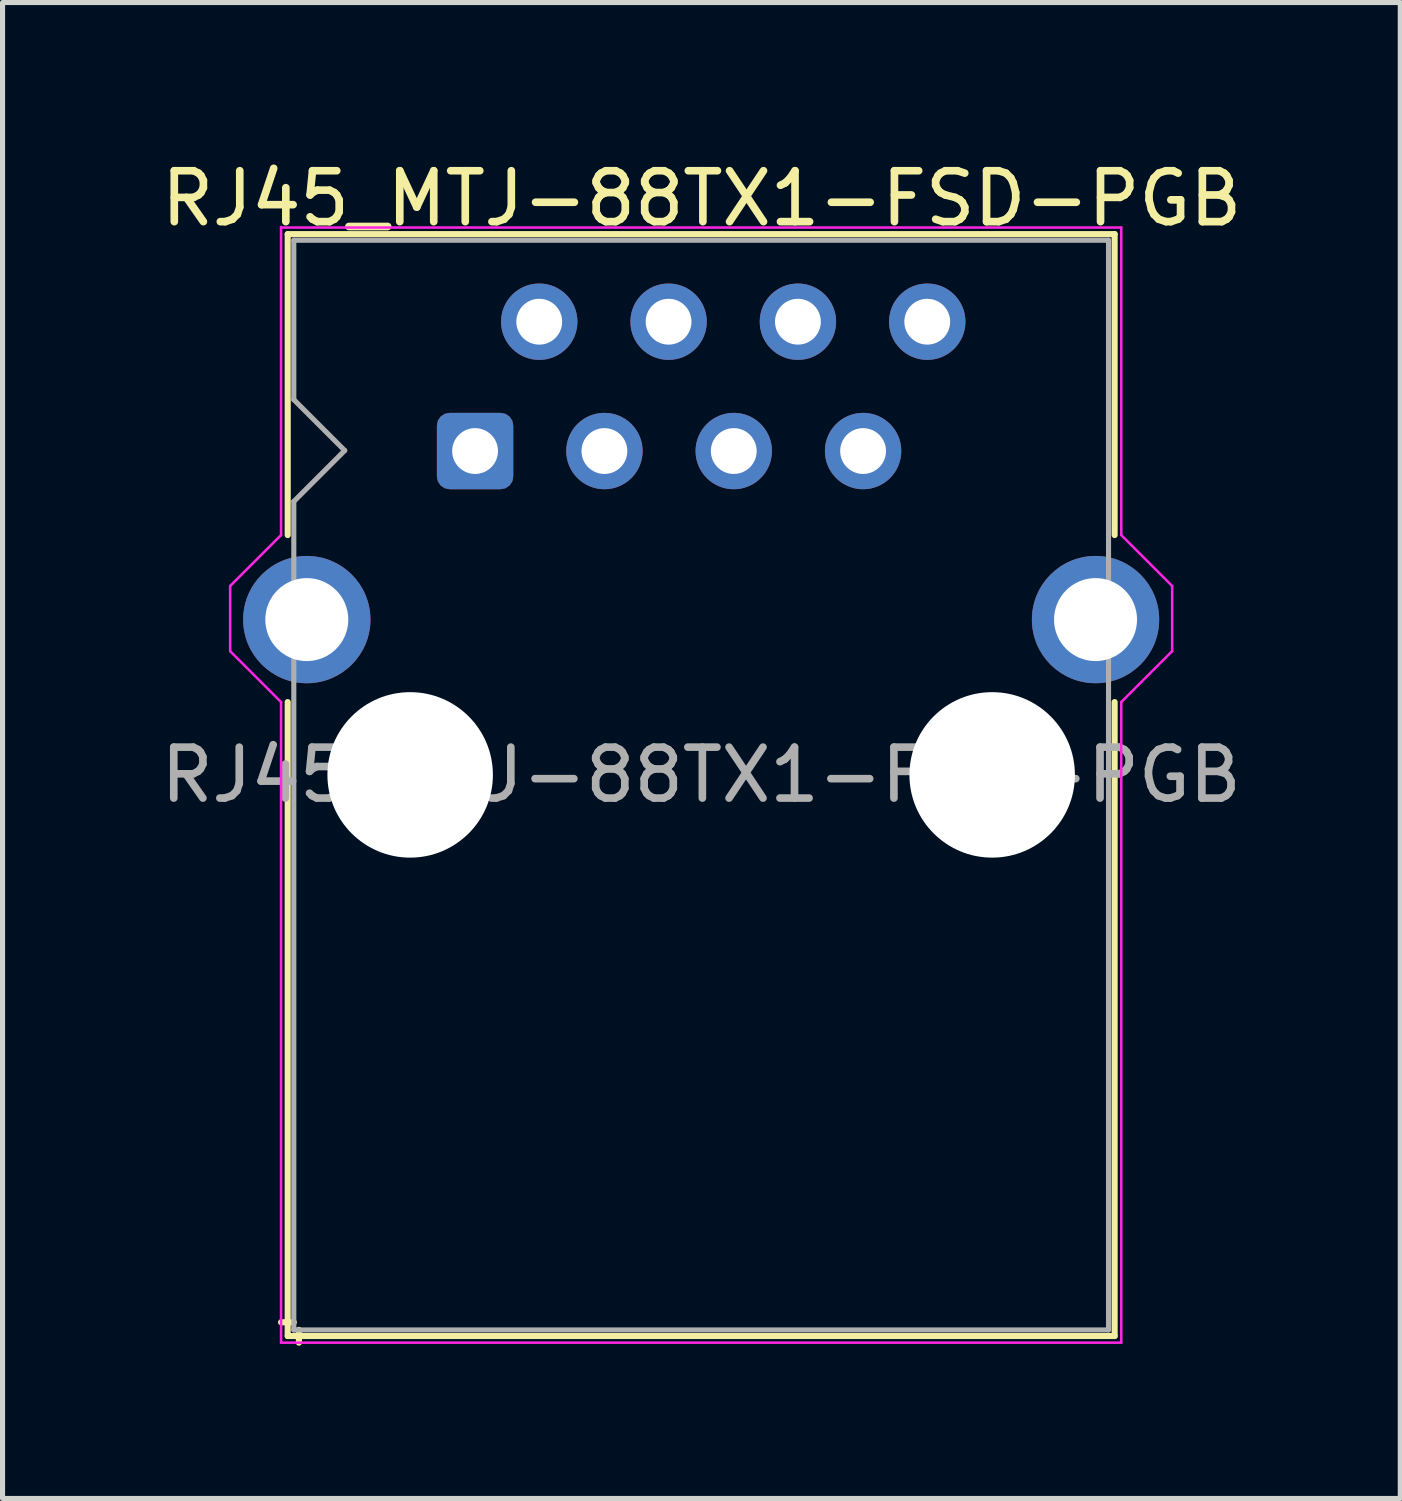
<source format=kicad_pcb>
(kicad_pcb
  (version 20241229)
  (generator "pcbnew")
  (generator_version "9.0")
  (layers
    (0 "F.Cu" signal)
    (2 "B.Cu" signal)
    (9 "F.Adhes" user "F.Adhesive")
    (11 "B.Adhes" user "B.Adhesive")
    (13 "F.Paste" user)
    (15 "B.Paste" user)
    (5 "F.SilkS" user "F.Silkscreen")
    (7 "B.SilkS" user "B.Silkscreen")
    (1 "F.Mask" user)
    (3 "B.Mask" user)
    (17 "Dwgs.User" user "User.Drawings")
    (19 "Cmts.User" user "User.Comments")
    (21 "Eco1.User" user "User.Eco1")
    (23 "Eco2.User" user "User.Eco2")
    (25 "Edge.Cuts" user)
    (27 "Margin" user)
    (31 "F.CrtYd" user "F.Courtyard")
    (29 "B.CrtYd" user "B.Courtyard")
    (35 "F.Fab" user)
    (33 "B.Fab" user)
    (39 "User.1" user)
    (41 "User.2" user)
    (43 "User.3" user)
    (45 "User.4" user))
  (footprint "RJ45_MTJ-88TX1-FSD-PGB"
    (layer "F.Cu")
    (at 6.28 5.808)
    (property "Reference" "RJ45_MTJ-88TX1-FSD-PGB" (at 4.45 -4.96 0) (layer "F.SilkS") (effects (font (size 1 1) (thickness 0.15))))
    (attr through_hole)
    (fp_line (start -3.68 -4.26) (end -3.68 1.65) (stroke (width 0.12) (type solid)) (layer "F.SilkS"))
    (fp_line (start -3.68 -4.26) (end 12.56 -4.26) (stroke (width 0.12) (type solid)) (layer "F.SilkS"))
    (fp_line (start -3.68 4.93) (end -3.68 17.38) (stroke (width 0.12) (type solid)) (layer "F.SilkS"))
    (fp_line (start -3.56 17.11) (end -3.81 17.11) (stroke (width 0.12) (type solid)) (layer "F.SilkS"))
    (fp_line (start -3.46 17.26) (end -3.46 17.51) (stroke (width 0.12) (type solid)) (layer "F.SilkS"))
    (fp_line (start 12.56 -4.26) (end 12.56 1.65) (stroke (width 0.12) (type solid)) (layer "F.SilkS"))
    (fp_line (start 12.56 4.93) (end 12.56 17.38) (stroke (width 0.12) (type solid)) (layer "F.SilkS"))
    (fp_line (start 12.56 17.38) (end -3.68 17.38) (stroke (width 0.12) (type solid)) (layer "F.SilkS"))
    (fp_line (start -4.81 3.93) (end -4.81 2.65) (stroke (width 0.05) (type solid)) (layer "F.CrtYd"))
    (fp_line (start -4.81 3.93) (end -3.81 4.93) (stroke (width 0.05) (type solid)) (layer "F.CrtYd"))
    (fp_line (start -3.81 -4.39) (end 12.69 -4.39) (stroke (width 0.05) (type solid)) (layer "F.CrtYd"))
    (fp_line (start -3.81 1.65) (end -4.81 2.65) (stroke (width 0.05) (type solid)) (layer "F.CrtYd"))
    (fp_line (start -3.81 1.65) (end -3.81 -4.4) (stroke (width 0.05) (type solid)) (layer "F.CrtYd"))
    (fp_line (start -3.81 4.93) (end -3.81 17.51) (stroke (width 0.05) (type solid)) (layer "F.CrtYd"))
    (fp_line (start -3.81 17.51) (end 12.69 17.51) (stroke (width 0.05) (type solid)) (layer "F.CrtYd"))
    (fp_line (start 12.69 1.65) (end 12.69 -4.39) (stroke (width 0.05) (type solid)) (layer "F.CrtYd"))
    (fp_line (start 12.69 1.65) (end 13.69 2.65) (stroke (width 0.05) (type solid)) (layer "F.CrtYd"))
    (fp_line (start 12.69 4.93) (end 12.69 17.51) (stroke (width 0.05) (type solid)) (layer "F.CrtYd"))
    (fp_line (start 13.69 3.93) (end 12.69 4.93) (stroke (width 0.05) (type solid)) (layer "F.CrtYd"))
    (fp_line (start 13.69 3.93) (end 13.69 2.65) (stroke (width 0.05) (type solid)) (layer "F.CrtYd"))
    (fp_line (start -3.56 -4.14) (end -3.56 -1.01) (stroke (width 0.1) (type solid)) (layer "F.Fab"))
    (fp_line (start -3.56 -4.14) (end 12.44 -4.14) (stroke (width 0.1) (type solid)) (layer "F.Fab"))
    (fp_line (start -3.56 0.99) (end -3.56 17.26) (stroke (width 0.1) (type solid)) (layer "F.Fab"))
    (fp_line (start -3.56 17.26) (end 12.44 17.26) (stroke (width 0.1) (type solid)) (layer "F.Fab"))
    (fp_line (start -2.56 -0.01) (end -3.56 -1.01) (stroke (width 0.1) (type solid)) (layer "F.Fab"))
    (fp_line (start -2.56 -0.01) (end -3.56 0.99) (stroke (width 0.1) (type solid)) (layer "F.Fab"))
    (fp_line (start 12.44 -4.14) (end 12.44 17.26) (stroke (width 0.1) (type solid)) (layer "F.Fab"))
    (fp_text user "${REFERENCE}" (at 4.44 6.36 0) (layer "F.Fab") (effects (font (size 1 1) (thickness 0.15))))
    (pad "" np_thru_hole circle (at -1.275 6.36) (size 3.25 3.25) (drill 3.25) (layers "*.Cu" "*.Mask"))
    (pad "" np_thru_hole circle (at 10.155 6.36) (size 3.25 3.25) (drill 3.25) (layers "*.Cu" "*.Mask"))
    (pad "1" thru_hole roundrect (at 0 0) (size 1.5 1.5) (drill 0.9) (layers "*.Cu" "*.Mask") (roundrect_rratio 0.167))
    (pad "2" thru_hole circle (at 1.26 -2.54) (size 1.5 1.5) (drill 0.9) (layers "*.Cu" "*.Mask"))
    (pad "3" thru_hole circle (at 2.54 0) (size 1.5 1.5) (drill 0.9) (layers "*.Cu" "*.Mask"))
    (pad "4" thru_hole circle (at 3.8 -2.54) (size 1.5 1.5) (drill 0.9) (layers "*.Cu" "*.Mask"))
    (pad "5" thru_hole circle (at 5.08 0) (size 1.5 1.5) (drill 0.9) (layers "*.Cu" "*.Mask"))
    (pad "6" thru_hole circle (at 6.34 -2.54 90) (size 1.5 1.5) (drill 0.9) (layers "*.Cu" "*.Mask"))
    (pad "7" thru_hole circle (at 7.62 0) (size 1.5 1.5) (drill 0.9) (layers "*.Cu" "*.Mask"))
    (pad "8" thru_hole circle (at 8.88 -2.54) (size 1.5 1.5) (drill 0.9) (layers "*.Cu" "*.Mask"))
    (pad "SH" thru_hole circle (at -3.305 3.31) (size 2.5 2.5) (drill 1.63) (layers "*.Cu" "*.Mask"))
    (pad "SH" thru_hole circle (at 12.185 3.31) (size 2.5 2.5) (drill 1.63) (layers "*.Cu" "*.Mask")))
  (gr_rect
    (start -3 -3)
    (end 24.45 26.378)
    (stroke (width 0.1) (type default))
    (fill no)
    (layer "Edge.Cuts")))
</source>
